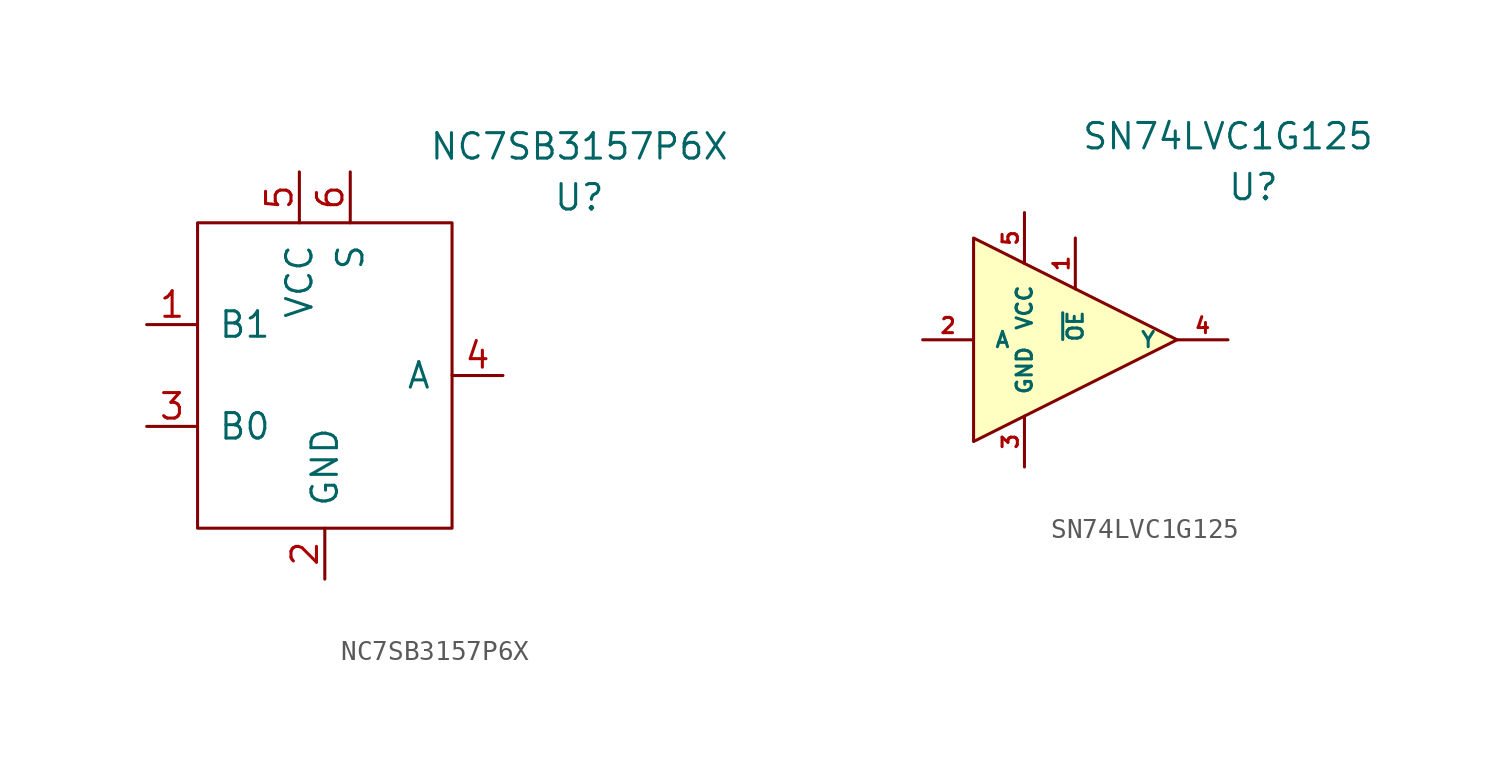
<source format=kicad_sym>
(kicad_symbol_lib
  (version 20211014)
  (generator kicad_symbol_editor)
  (symbol "NC7SB3157P6X"
    (pin_names
      (offset 1.016))
    (property "Reference" "U"
      (at 12.7 8.89 0)
      (effects (font (size 1.27 1.27))))
    (property "Value" "NC7SB3157P6X"
      (at 12.7 11.43 0)
      (effects (font (size 1.27 1.27))))
    (symbol "NC7SB3157P6X_1_1"
      (rectangle (start -6.35 7.62) (end 6.35 -7.62) (stroke (width 0) (type default) (color 0 0 0 0)) (fill (type none)))
      (pin passive line (at -8.89 2.54 0) (length 2.54) (name "B1" (effects (font (size 1.27 1.27)))) (number "1" (effects (font (size 1.27 1.27)))))
      (pin power_in line (at 0 -10.16 90) (length 2.54) (name "GND" (effects (font (size 1.27 1.27)))) (number "2" (effects (font (size 1.27 1.27)))))
      (pin passive line (at -8.89 -2.54 0) (length 2.54) (name "B0" (effects (font (size 1.27 1.27)))) (number "3" (effects (font (size 1.27 1.27)))))
      (pin passive line (at 8.89 0 180) (length 2.54) (name "A" (effects (font (size 1.27 1.27)))) (number "4" (effects (font (size 1.27 1.27)))))
      (pin power_in line (at -1.27 10.16 270) (length 2.54) (name "VCC" (effects (font (size 1.27 1.27)))) (number "5" (effects (font (size 1.27 1.27)))))
      (pin input line (at 1.27 10.16 270) (length 2.54) (name "S" (effects (font (size 1.27 1.27)))) (number "6" (effects (font (size 1.27 1.27)))))))
  (symbol "SN74LVC1G125"
    (pin_names
      (offset 1.016))
    (property "Reference" "U"
      (at 10.16 7.62 0)
      (effects (font (size 1.27 1.27))))
    (property "Value" "SN74LVC1G125"
      (at 8.89 10.16 0)
      (effects (font (size 1.27 1.27))))
    (symbol "SN74LVC1G125_0_1"
      (polyline (pts (xy -3.81 5.08) (xy -3.81 -5.08) (xy 6.35 0) (xy -3.81 5.08)) (stroke (width 0) (type default) (color 0 0 0 0)) (fill (type background))))
    (symbol "SN74LVC1G125_1_1"
      (pin input line (at 1.27 5.08 270) (length 2.54) (name "~{OE}" (effects (font (size 0.762 0.762)))) (number "1" (effects (font (size 0.762 0.762)))))
      (pin input line (at -6.35 0 0) (length 2.54) (name "A" (effects (font (size 0.762 0.762)))) (number "2" (effects (font (size 0.762 0.762)))))
      (pin power_in line (at -1.27 -6.35 90) (length 2.54) (name "GND" (effects (font (size 0.762 0.762)))) (number "3" (effects (font (size 0.762 0.762)))))
      (pin output line (at 8.89 0 180) (length 2.54) (name "Y" (effects (font (size 0.762 0.762)))) (number "4" (effects (font (size 0.762 0.762)))))
      (pin power_in line (at -1.27 6.35 270) (length 2.54) (name "VCC" (effects (font (size 0.762 0.762)))) (number "5" (effects (font (size 0.762 0.762))))))))
</source>
